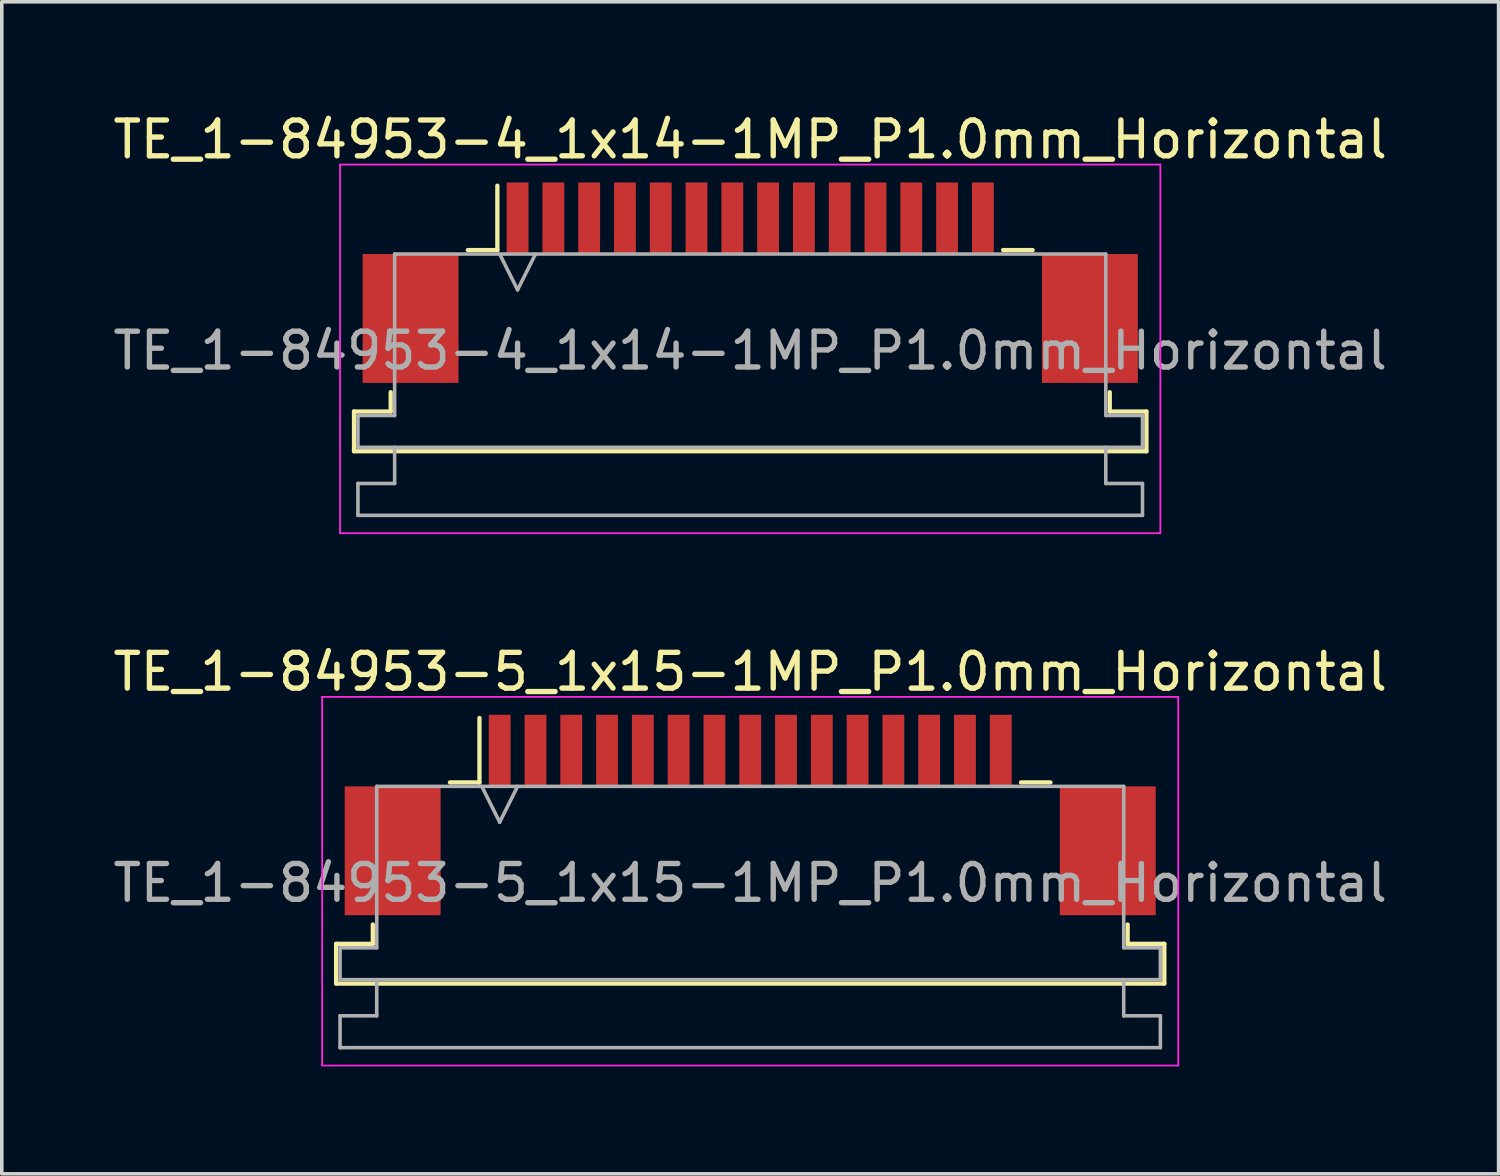
<source format=kicad_pcb>
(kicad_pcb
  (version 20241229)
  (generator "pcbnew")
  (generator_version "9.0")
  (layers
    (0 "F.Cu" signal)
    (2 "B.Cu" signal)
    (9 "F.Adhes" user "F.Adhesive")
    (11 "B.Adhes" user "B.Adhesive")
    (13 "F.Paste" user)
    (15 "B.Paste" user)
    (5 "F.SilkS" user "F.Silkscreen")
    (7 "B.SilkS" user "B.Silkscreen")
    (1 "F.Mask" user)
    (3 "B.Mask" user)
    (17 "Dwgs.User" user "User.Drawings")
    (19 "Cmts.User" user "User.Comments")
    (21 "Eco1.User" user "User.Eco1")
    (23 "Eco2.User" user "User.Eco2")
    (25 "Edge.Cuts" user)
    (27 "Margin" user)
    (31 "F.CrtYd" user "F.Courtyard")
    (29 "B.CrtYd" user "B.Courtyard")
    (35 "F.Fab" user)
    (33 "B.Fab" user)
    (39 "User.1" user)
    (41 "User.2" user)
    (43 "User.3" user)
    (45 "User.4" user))
  (footprint "TE_1-84953-4_1x14-1MP_P1.0mm_Horizontal"
    (layer "F.Cu")
    (at 17.911 4.848)
    (property "Reference" "TE_1-84953-4_1x14-1MP_P1.0mm_Horizontal" (at 0 -4 0) (layer "F.SilkS") (effects (font (size 1 1) (thickness 0.15))))
    (attr smd)
    (fp_line (start -11.07 3.6) (end -10.045 3.6) (stroke (width 0.12) (type solid)) (layer "F.SilkS"))
    (fp_line (start -11.07 4.71) (end -11.07 3.6) (stroke (width 0.12) (type solid)) (layer "F.SilkS"))
    (fp_line (start -10.045 3.6) (end -10.045 3.06) (stroke (width 0.12) (type solid)) (layer "F.SilkS"))
    (fp_line (start -7.89 -0.91) (end -7.065 -0.91) (stroke (width 0.12) (type solid)) (layer "F.SilkS"))
    (fp_line (start -7.065 -0.91) (end -7.065 -2.71) (stroke (width 0.12) (type solid)) (layer "F.SilkS"))
    (fp_line (start 7.065 -0.91) (end 7.89 -0.91) (stroke (width 0.12) (type solid)) (layer "F.SilkS"))
    (fp_line (start 10.045 3.06) (end 10.045 3.6) (stroke (width 0.12) (type solid)) (layer "F.SilkS"))
    (fp_line (start 10.045 3.6) (end 11.07 3.6) (stroke (width 0.12) (type solid)) (layer "F.SilkS"))
    (fp_line (start 11.07 3.6) (end 11.07 4.71) (stroke (width 0.12) (type solid)) (layer "F.SilkS"))
    (fp_line (start 11.07 4.71) (end -11.07 4.71) (stroke (width 0.12) (type solid)) (layer "F.SilkS"))
    (fp_line (start -11.46 -3.3) (end -11.46 7) (stroke (width 0.05) (type solid)) (layer "F.CrtYd"))
    (fp_line (start -11.46 7) (end 11.46 7) (stroke (width 0.05) (type solid)) (layer "F.CrtYd"))
    (fp_line (start 11.46 -3.3) (end -11.46 -3.3) (stroke (width 0.05) (type solid)) (layer "F.CrtYd"))
    (fp_line (start 11.46 7) (end 11.46 -3.3) (stroke (width 0.05) (type solid)) (layer "F.CrtYd"))
    (fp_line (start -10.96 3.71) (end -9.935 3.71) (stroke (width 0.1) (type solid)) (layer "F.Fab"))
    (fp_line (start -10.96 4.6) (end -10.96 3.71) (stroke (width 0.1) (type solid)) (layer "F.Fab"))
    (fp_line (start -10.96 5.61) (end -9.935 5.61) (stroke (width 0.1) (type solid)) (layer "F.Fab"))
    (fp_line (start -10.96 6.5) (end -10.96 5.61) (stroke (width 0.1) (type solid)) (layer "F.Fab"))
    (fp_line (start -9.935 -0.8) (end 9.935 -0.8) (stroke (width 0.1) (type solid)) (layer "F.Fab"))
    (fp_line (start -9.935 3.71) (end -9.935 -0.8) (stroke (width 0.1) (type solid)) (layer "F.Fab"))
    (fp_line (start -9.935 5.61) (end -9.935 4.6) (stroke (width 0.1) (type solid)) (layer "F.Fab"))
    (fp_line (start -7 -0.8) (end -6.5 0.2) (stroke (width 0.1) (type solid)) (layer "F.Fab"))
    (fp_line (start -6.5 0.2) (end -6 -0.8) (stroke (width 0.1) (type solid)) (layer "F.Fab"))
    (fp_line (start 9.935 -0.8) (end 9.935 3.71) (stroke (width 0.1) (type solid)) (layer "F.Fab"))
    (fp_line (start 9.935 3.71) (end 10.96 3.71) (stroke (width 0.1) (type solid)) (layer "F.Fab"))
    (fp_line (start 9.935 4.6) (end 9.935 5.61) (stroke (width 0.1) (type solid)) (layer "F.Fab"))
    (fp_line (start 9.935 5.61) (end 10.96 5.61) (stroke (width 0.1) (type solid)) (layer "F.Fab"))
    (fp_line (start 10.96 3.71) (end 10.96 4.6) (stroke (width 0.1) (type solid)) (layer "F.Fab"))
    (fp_line (start 10.96 4.6) (end -10.96 4.6) (stroke (width 0.1) (type solid)) (layer "F.Fab"))
    (fp_line (start 10.96 5.61) (end 10.96 6.5) (stroke (width 0.1) (type solid)) (layer "F.Fab"))
    (fp_line (start 10.96 6.5) (end -10.96 6.5) (stroke (width 0.1) (type solid)) (layer "F.Fab"))
    (fp_text user "${REFERENCE}" (at 0 1.9 0) (layer "F.Fab") (effects (font (size 1 1) (thickness 0.15))))
    (pad "1" smd rect (at -6.5 -1.8) (size 0.61 2) (layers "F.Cu" "F.Mask" "F.Paste"))
    (pad "2" smd rect (at -5.5 -1.8) (size 0.61 2) (layers "F.Cu" "F.Mask" "F.Paste"))
    (pad "3" smd rect (at -4.5 -1.8) (size 0.61 2) (layers "F.Cu" "F.Mask" "F.Paste"))
    (pad "4" smd rect (at -3.5 -1.8) (size 0.61 2) (layers "F.Cu" "F.Mask" "F.Paste"))
    (pad "5" smd rect (at -2.5 -1.8) (size 0.61 2) (layers "F.Cu" "F.Mask" "F.Paste"))
    (pad "6" smd rect (at -1.5 -1.8) (size 0.61 2) (layers "F.Cu" "F.Mask" "F.Paste"))
    (pad "7" smd rect (at -0.5 -1.8) (size 0.61 2) (layers "F.Cu" "F.Mask" "F.Paste"))
    (pad "8" smd rect (at 0.5 -1.8) (size 0.61 2) (layers "F.Cu" "F.Mask" "F.Paste"))
    (pad "9" smd rect (at 1.5 -1.8) (size 0.61 2) (layers "F.Cu" "F.Mask" "F.Paste"))
    (pad "10" smd rect (at 2.5 -1.8) (size 0.61 2) (layers "F.Cu" "F.Mask" "F.Paste"))
    (pad "11" smd rect (at 3.5 -1.8) (size 0.61 2) (layers "F.Cu" "F.Mask" "F.Paste"))
    (pad "12" smd rect (at 4.5 -1.8) (size 0.61 2) (layers "F.Cu" "F.Mask" "F.Paste"))
    (pad "13" smd rect (at 5.5 -1.8) (size 0.61 2) (layers "F.Cu" "F.Mask" "F.Paste"))
    (pad "14" smd rect (at 6.5 -1.8) (size 0.61 2) (layers "F.Cu" "F.Mask" "F.Paste"))
    (pad "MP" smd rect (at -9.49 1) (size 2.68 3.6) (layers "F.Cu" "F.Mask" "F.Paste"))
    (pad "MP" smd rect (at 9.49 1) (size 2.68 3.6) (layers "F.Cu" "F.Mask" "F.Paste")))
  (footprint "TE_1-84953-5_1x15-1MP_P1.0mm_Horizontal"
    (layer "F.Cu")
    (at 17.911 19.721)
    (property "Reference" "TE_1-84953-5_1x15-1MP_P1.0mm_Horizontal" (at 0 -4 0) (layer "F.SilkS") (effects (font (size 1 1) (thickness 0.15))))
    (attr smd)
    (fp_line (start -11.57 3.6) (end -10.545 3.6) (stroke (width 0.12) (type solid)) (layer "F.SilkS"))
    (fp_line (start -11.57 4.71) (end -11.57 3.6) (stroke (width 0.12) (type solid)) (layer "F.SilkS"))
    (fp_line (start -10.545 3.6) (end -10.545 3.06) (stroke (width 0.12) (type solid)) (layer "F.SilkS"))
    (fp_line (start -8.39 -0.91) (end -7.565 -0.91) (stroke (width 0.12) (type solid)) (layer "F.SilkS"))
    (fp_line (start -7.565 -0.91) (end -7.565 -2.71) (stroke (width 0.12) (type solid)) (layer "F.SilkS"))
    (fp_line (start 7.565 -0.91) (end 8.39 -0.91) (stroke (width 0.12) (type solid)) (layer "F.SilkS"))
    (fp_line (start 10.545 3.06) (end 10.545 3.6) (stroke (width 0.12) (type solid)) (layer "F.SilkS"))
    (fp_line (start 10.545 3.6) (end 11.57 3.6) (stroke (width 0.12) (type solid)) (layer "F.SilkS"))
    (fp_line (start 11.57 3.6) (end 11.57 4.71) (stroke (width 0.12) (type solid)) (layer "F.SilkS"))
    (fp_line (start 11.57 4.71) (end -11.57 4.71) (stroke (width 0.12) (type solid)) (layer "F.SilkS"))
    (fp_line (start -11.96 -3.3) (end -11.96 7) (stroke (width 0.05) (type solid)) (layer "F.CrtYd"))
    (fp_line (start -11.96 7) (end 11.96 7) (stroke (width 0.05) (type solid)) (layer "F.CrtYd"))
    (fp_line (start 11.96 -3.3) (end -11.96 -3.3) (stroke (width 0.05) (type solid)) (layer "F.CrtYd"))
    (fp_line (start 11.96 7) (end 11.96 -3.3) (stroke (width 0.05) (type solid)) (layer "F.CrtYd"))
    (fp_line (start -11.46 3.71) (end -10.435 3.71) (stroke (width 0.1) (type solid)) (layer "F.Fab"))
    (fp_line (start -11.46 4.6) (end -11.46 3.71) (stroke (width 0.1) (type solid)) (layer "F.Fab"))
    (fp_line (start -11.46 5.61) (end -10.435 5.61) (stroke (width 0.1) (type solid)) (layer "F.Fab"))
    (fp_line (start -11.46 6.5) (end -11.46 5.61) (stroke (width 0.1) (type solid)) (layer "F.Fab"))
    (fp_line (start -10.435 -0.8) (end 10.435 -0.8) (stroke (width 0.1) (type solid)) (layer "F.Fab"))
    (fp_line (start -10.435 3.71) (end -10.435 -0.8) (stroke (width 0.1) (type solid)) (layer "F.Fab"))
    (fp_line (start -10.435 5.61) (end -10.435 4.6) (stroke (width 0.1) (type solid)) (layer "F.Fab"))
    (fp_line (start -7.5 -0.8) (end -7 0.2) (stroke (width 0.1) (type solid)) (layer "F.Fab"))
    (fp_line (start -7 0.2) (end -6.5 -0.8) (stroke (width 0.1) (type solid)) (layer "F.Fab"))
    (fp_line (start 10.435 -0.8) (end 10.435 3.71) (stroke (width 0.1) (type solid)) (layer "F.Fab"))
    (fp_line (start 10.435 3.71) (end 11.46 3.71) (stroke (width 0.1) (type solid)) (layer "F.Fab"))
    (fp_line (start 10.435 4.6) (end 10.435 5.61) (stroke (width 0.1) (type solid)) (layer "F.Fab"))
    (fp_line (start 10.435 5.61) (end 11.46 5.61) (stroke (width 0.1) (type solid)) (layer "F.Fab"))
    (fp_line (start 11.46 3.71) (end 11.46 4.6) (stroke (width 0.1) (type solid)) (layer "F.Fab"))
    (fp_line (start 11.46 4.6) (end -11.46 4.6) (stroke (width 0.1) (type solid)) (layer "F.Fab"))
    (fp_line (start 11.46 5.61) (end 11.46 6.5) (stroke (width 0.1) (type solid)) (layer "F.Fab"))
    (fp_line (start 11.46 6.5) (end -11.46 6.5) (stroke (width 0.1) (type solid)) (layer "F.Fab"))
    (fp_text user "${REFERENCE}" (at 0 1.9 0) (layer "F.Fab") (effects (font (size 1 1) (thickness 0.15))))
    (pad "1" smd rect (at -7 -1.8) (size 0.61 2) (layers "F.Cu" "F.Mask" "F.Paste"))
    (pad "2" smd rect (at -6 -1.8) (size 0.61 2) (layers "F.Cu" "F.Mask" "F.Paste"))
    (pad "3" smd rect (at -5 -1.8) (size 0.61 2) (layers "F.Cu" "F.Mask" "F.Paste"))
    (pad "4" smd rect (at -4 -1.8) (size 0.61 2) (layers "F.Cu" "F.Mask" "F.Paste"))
    (pad "5" smd rect (at -3 -1.8) (size 0.61 2) (layers "F.Cu" "F.Mask" "F.Paste"))
    (pad "6" smd rect (at -2 -1.8) (size 0.61 2) (layers "F.Cu" "F.Mask" "F.Paste"))
    (pad "7" smd rect (at -1 -1.8) (size 0.61 2) (layers "F.Cu" "F.Mask" "F.Paste"))
    (pad "8" smd rect (at 0 -1.8) (size 0.61 2) (layers "F.Cu" "F.Mask" "F.Paste"))
    (pad "9" smd rect (at 1 -1.8) (size 0.61 2) (layers "F.Cu" "F.Mask" "F.Paste"))
    (pad "10" smd rect (at 2 -1.8) (size 0.61 2) (layers "F.Cu" "F.Mask" "F.Paste"))
    (pad "11" smd rect (at 3 -1.8) (size 0.61 2) (layers "F.Cu" "F.Mask" "F.Paste"))
    (pad "12" smd rect (at 4 -1.8) (size 0.61 2) (layers "F.Cu" "F.Mask" "F.Paste"))
    (pad "13" smd rect (at 5 -1.8) (size 0.61 2) (layers "F.Cu" "F.Mask" "F.Paste"))
    (pad "14" smd rect (at 6 -1.8) (size 0.61 2) (layers "F.Cu" "F.Mask" "F.Paste"))
    (pad "15" smd rect (at 7 -1.8) (size 0.61 2) (layers "F.Cu" "F.Mask" "F.Paste"))
    (pad "MP" smd rect (at -9.99 1) (size 2.68 3.6) (layers "F.Cu" "F.Mask" "F.Paste"))
    (pad "MP" smd rect (at 9.99 1) (size 2.68 3.6) (layers "F.Cu" "F.Mask" "F.Paste")))
  (gr_rect
    (start -3 -3)
    (end 38.821 29.747)
    (stroke (width 0.1) (type default))
    (fill no)
    (layer "Edge.Cuts")))
</source>
